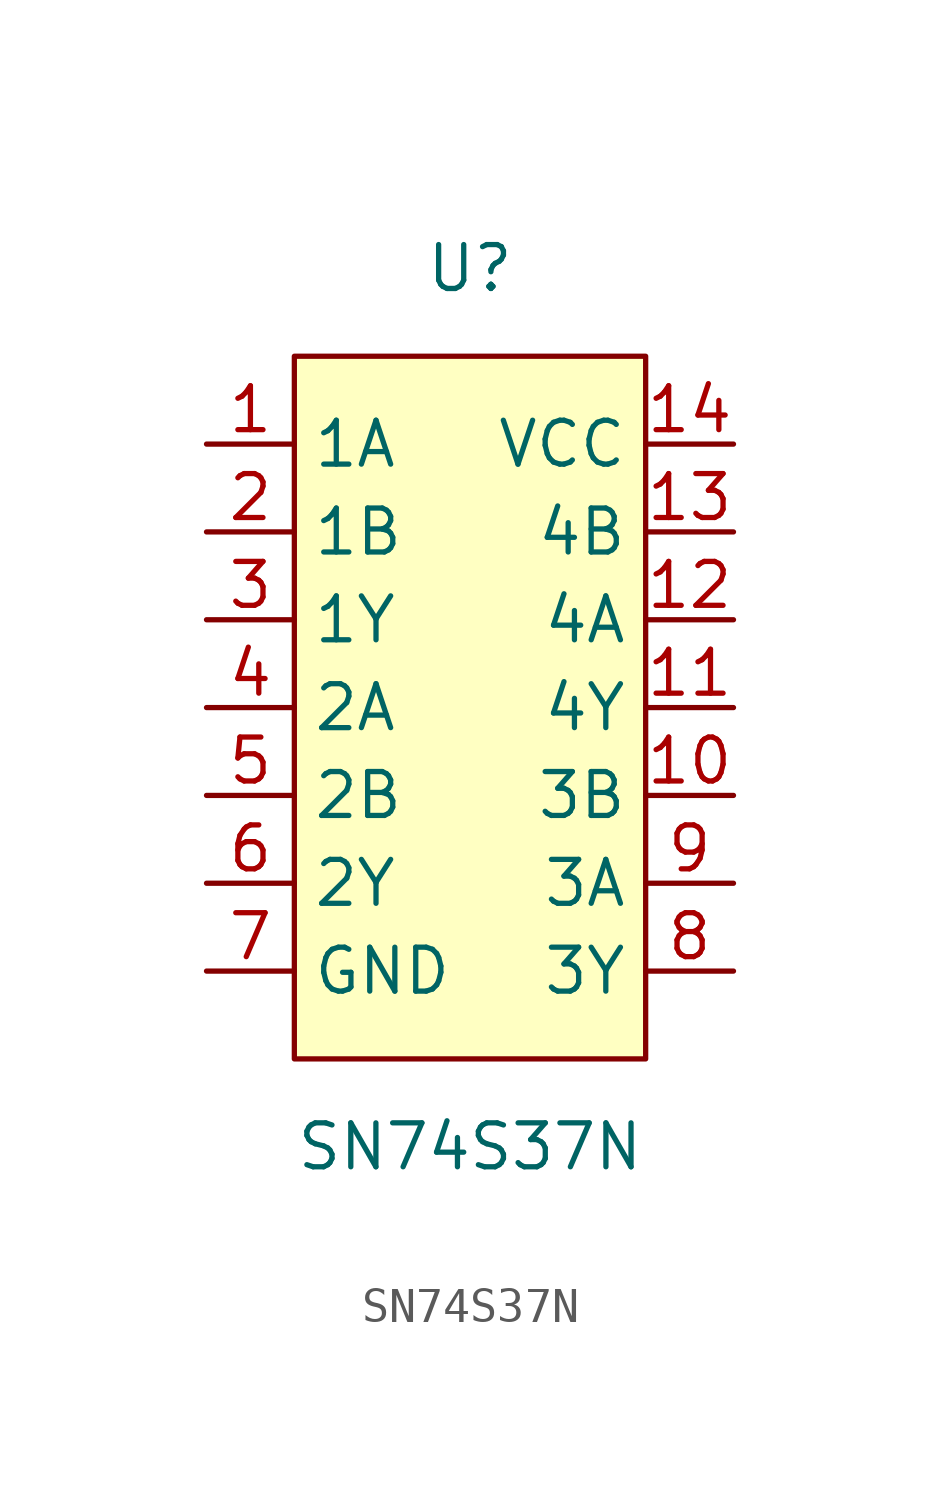
<source format=kicad_sym>
(kicad_symbol_lib
  (version 20211014)
  (generator kicad_symbol_editor)
  (symbol "SN74S37N"
    (property "Reference" "U"
      (at 0 12.7 0)
      (effects (font (size 1.27 1.27))))
    (property "Value" "SN74S37N"
      (at 0 -12.7 0)
      (effects (font (size 1.27 1.27))))
    (symbol "SN74S37N_0_1"
      (rectangle (start -5.08 10.16) (end 5.08 -10.16) (stroke (width 0) (type default) (color 0 0 0 0)) (fill (type background))))
    (symbol "SN74S37N_1_1"
      (pin passive line (at -7.62 7.62 0) (length 2.54) (name "1A" (effects (font (size 1.27 1.27)))) (number "1" (effects (font (size 1.27 1.27)))))
      (pin passive line (at 7.62 -2.54 180) (length 2.54) (name "3B" (effects (font (size 1.27 1.27)))) (number "10" (effects (font (size 1.27 1.27)))))
      (pin passive line (at 7.62 0 180) (length 2.54) (name "4Y" (effects (font (size 1.27 1.27)))) (number "11" (effects (font (size 1.27 1.27)))))
      (pin passive line (at 7.62 2.54 180) (length 2.54) (name "4A" (effects (font (size 1.27 1.27)))) (number "12" (effects (font (size 1.27 1.27)))))
      (pin passive line (at 7.62 5.08 180) (length 2.54) (name "4B" (effects (font (size 1.27 1.27)))) (number "13" (effects (font (size 1.27 1.27)))))
      (pin passive line (at 7.62 7.62 180) (length 2.54) (name "VCC" (effects (font (size 1.27 1.27)))) (number "14" (effects (font (size 1.27 1.27)))))
      (pin passive line (at -7.62 5.08 0) (length 2.54) (name "1B" (effects (font (size 1.27 1.27)))) (number "2" (effects (font (size 1.27 1.27)))))
      (pin passive line (at -7.62 2.54 0) (length 2.54) (name "1Y" (effects (font (size 1.27 1.27)))) (number "3" (effects (font (size 1.27 1.27)))))
      (pin passive line (at -7.62 0 0) (length 2.54) (name "2A" (effects (font (size 1.27 1.27)))) (number "4" (effects (font (size 1.27 1.27)))))
      (pin passive line (at -7.62 -2.54 0) (length 2.54) (name "2B" (effects (font (size 1.27 1.27)))) (number "5" (effects (font (size 1.27 1.27)))))
      (pin passive line (at -7.62 -5.08 0) (length 2.54) (name "2Y" (effects (font (size 1.27 1.27)))) (number "6" (effects (font (size 1.27 1.27)))))
      (pin passive line (at -7.62 -7.62 0) (length 2.54) (name "GND" (effects (font (size 1.27 1.27)))) (number "7" (effects (font (size 1.27 1.27)))))
      (pin passive line (at 7.62 -7.62 180) (length 2.54) (name "3Y" (effects (font (size 1.27 1.27)))) (number "8" (effects (font (size 1.27 1.27)))))
      (pin passive line (at 7.62 -5.08 180) (length 2.54) (name "3A" (effects (font (size 1.27 1.27)))) (number "9" (effects (font (size 1.27 1.27))))))))
</source>
